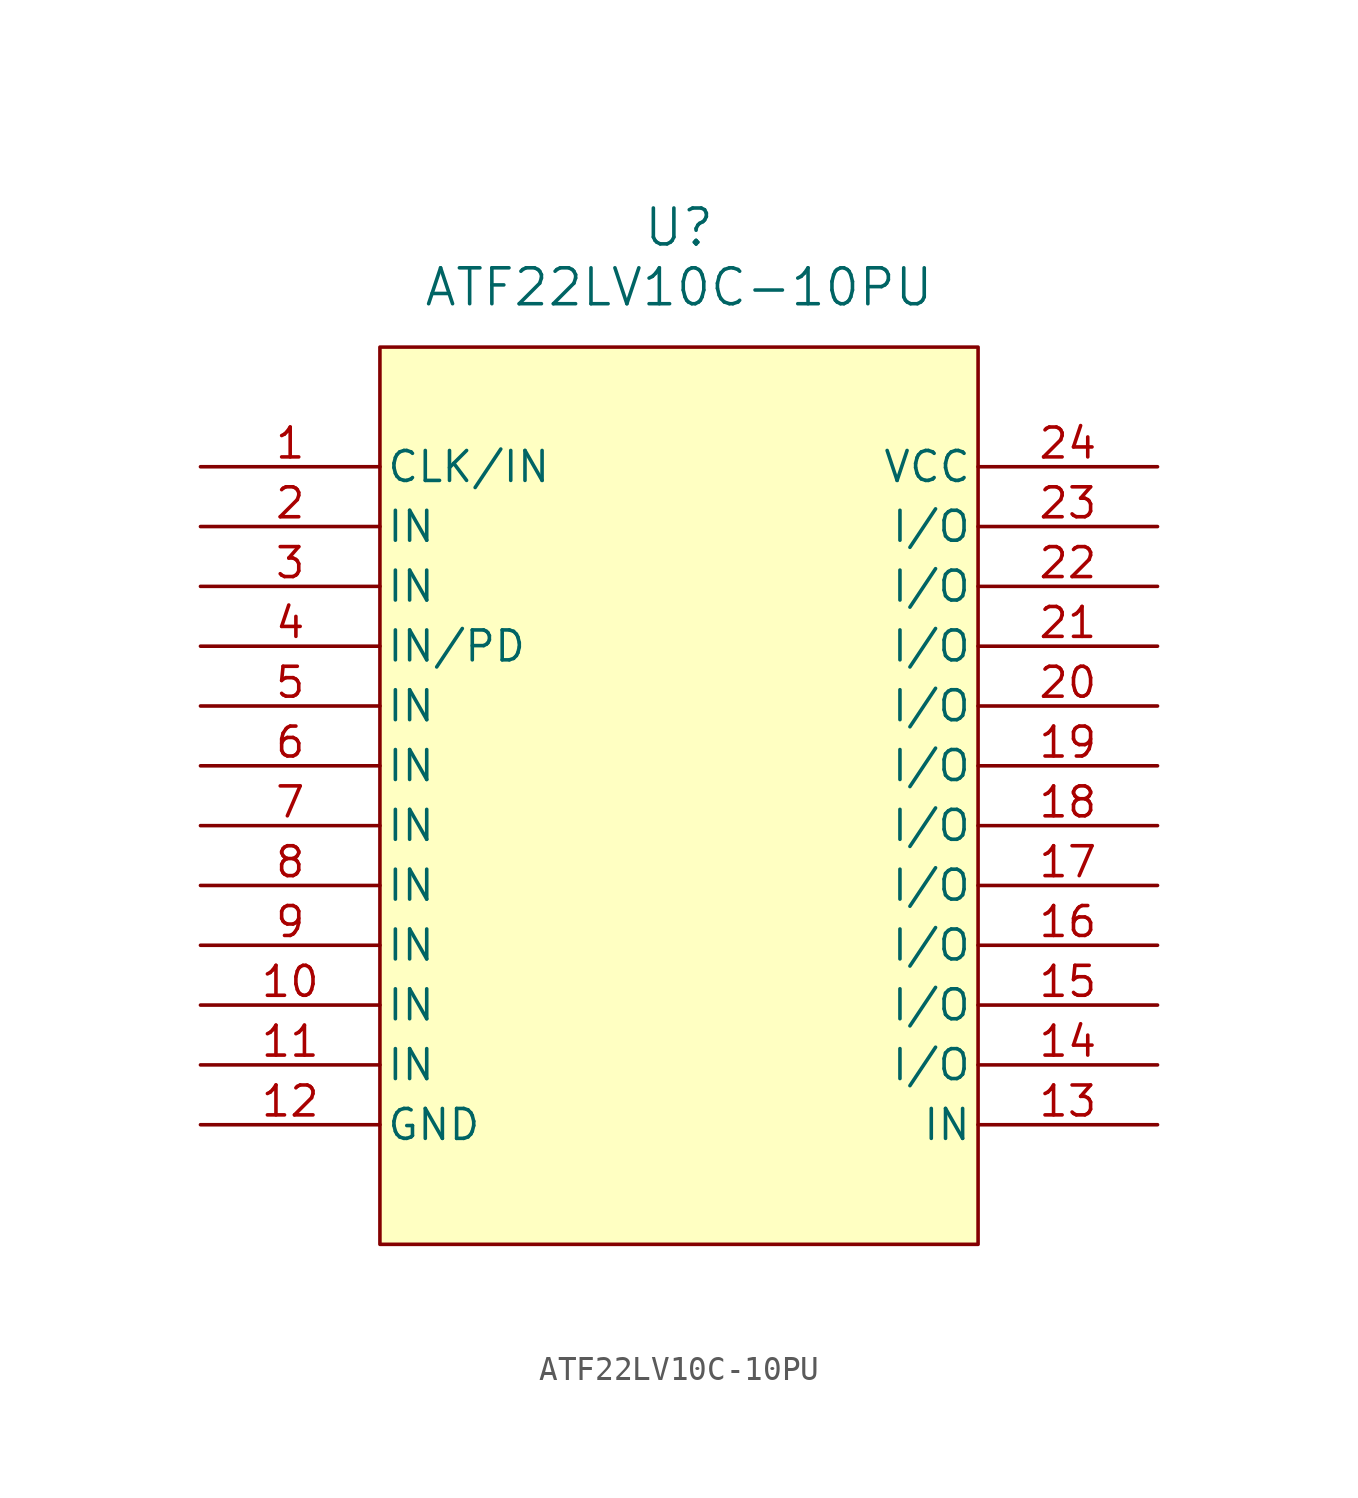
<source format=kicad_sym>
(kicad_symbol_lib
  (version 20231120)
  (generator "kicad_symbol_editor")
  (generator_version "8.0")
  (symbol "ATF22LV10C-10PU"
    (pin_names
      (offset 0.254))
    (property "Reference" "U"
      (at 20.32 10.16 0)
      (effects (font (size 1.524 1.524))))
    (property "Value" "ATF22LV10C-10PU"
      (at 20.32 7.62 0)
      (effects (font (size 1.524 1.524))))
    (property "ki_locked" ""
      (at 0 0 0)
      (effects (font (size 1.27 1.27))))
    (symbol "ATF22LV10C-10PU_0_1"
      (pin unspecified line (at 0 0 0) (length 7.62) (name "CLK/IN" (effects (font (size 1.27 1.27)))) (number "1" (effects (font (size 1.27 1.27)))))
      (pin unspecified line (at 0 -22.86 0) (length 7.62) (name "IN" (effects (font (size 1.27 1.27)))) (number "10" (effects (font (size 1.27 1.27)))))
      (pin unspecified line (at 0 -25.4 0) (length 7.62) (name "IN" (effects (font (size 1.27 1.27)))) (number "11" (effects (font (size 1.27 1.27)))))
      (pin power_out line (at 0 -27.94 0) (length 7.62) (name "GND" (effects (font (size 1.27 1.27)))) (number "12" (effects (font (size 1.27 1.27)))))
      (pin unspecified line (at 40.64 -27.94 180) (length 7.62) (name "IN" (effects (font (size 1.27 1.27)))) (number "13" (effects (font (size 1.27 1.27)))))
      (pin unspecified line (at 40.64 -25.4 180) (length 7.62) (name "I/O" (effects (font (size 1.27 1.27)))) (number "14" (effects (font (size 1.27 1.27)))))
      (pin unspecified line (at 40.64 -22.86 180) (length 7.62) (name "I/O" (effects (font (size 1.27 1.27)))) (number "15" (effects (font (size 1.27 1.27)))))
      (pin unspecified line (at 40.64 -20.32 180) (length 7.62) (name "I/O" (effects (font (size 1.27 1.27)))) (number "16" (effects (font (size 1.27 1.27)))))
      (pin unspecified line (at 40.64 -17.78 180) (length 7.62) (name "I/O" (effects (font (size 1.27 1.27)))) (number "17" (effects (font (size 1.27 1.27)))))
      (pin unspecified line (at 40.64 -15.24 180) (length 7.62) (name "I/O" (effects (font (size 1.27 1.27)))) (number "18" (effects (font (size 1.27 1.27)))))
      (pin unspecified line (at 40.64 -12.7 180) (length 7.62) (name "I/O" (effects (font (size 1.27 1.27)))) (number "19" (effects (font (size 1.27 1.27)))))
      (pin unspecified line (at 0 -2.54 0) (length 7.62) (name "IN" (effects (font (size 1.27 1.27)))) (number "2" (effects (font (size 1.27 1.27)))))
      (pin unspecified line (at 40.64 -10.16 180) (length 7.62) (name "I/O" (effects (font (size 1.27 1.27)))) (number "20" (effects (font (size 1.27 1.27)))))
      (pin unspecified line (at 40.64 -7.62 180) (length 7.62) (name "I/O" (effects (font (size 1.27 1.27)))) (number "21" (effects (font (size 1.27 1.27)))))
      (pin unspecified line (at 40.64 -5.08 180) (length 7.62) (name "I/O" (effects (font (size 1.27 1.27)))) (number "22" (effects (font (size 1.27 1.27)))))
      (pin unspecified line (at 40.64 -2.54 180) (length 7.62) (name "I/O" (effects (font (size 1.27 1.27)))) (number "23" (effects (font (size 1.27 1.27)))))
      (pin power_in line (at 40.64 0 180) (length 7.62) (name "VCC" (effects (font (size 1.27 1.27)))) (number "24" (effects (font (size 1.27 1.27)))))
      (pin unspecified line (at 0 -5.08 0) (length 7.62) (name "IN" (effects (font (size 1.27 1.27)))) (number "3" (effects (font (size 1.27 1.27)))))
      (pin unspecified line (at 0 -7.62 0) (length 7.62) (name "IN/PD" (effects (font (size 1.27 1.27)))) (number "4" (effects (font (size 1.27 1.27)))))
      (pin unspecified line (at 0 -10.16 0) (length 7.62) (name "IN" (effects (font (size 1.27 1.27)))) (number "5" (effects (font (size 1.27 1.27)))))
      (pin unspecified line (at 0 -12.7 0) (length 7.62) (name "IN" (effects (font (size 1.27 1.27)))) (number "6" (effects (font (size 1.27 1.27)))))
      (pin unspecified line (at 0 -15.24 0) (length 7.62) (name "IN" (effects (font (size 1.27 1.27)))) (number "7" (effects (font (size 1.27 1.27)))))
      (pin unspecified line (at 0 -17.78 0) (length 7.62) (name "IN" (effects (font (size 1.27 1.27)))) (number "8" (effects (font (size 1.27 1.27)))))
      (pin unspecified line (at 0 -20.32 0) (length 7.62) (name "IN" (effects (font (size 1.27 1.27)))) (number "9" (effects (font (size 1.27 1.27))))))
    (symbol "ATF22LV10C-10PU_1_1"
      (rectangle (start 7.62 5.08) (end 33.02 -33.02) (stroke (width 0) (type default)) (fill (type background))))))
</source>
